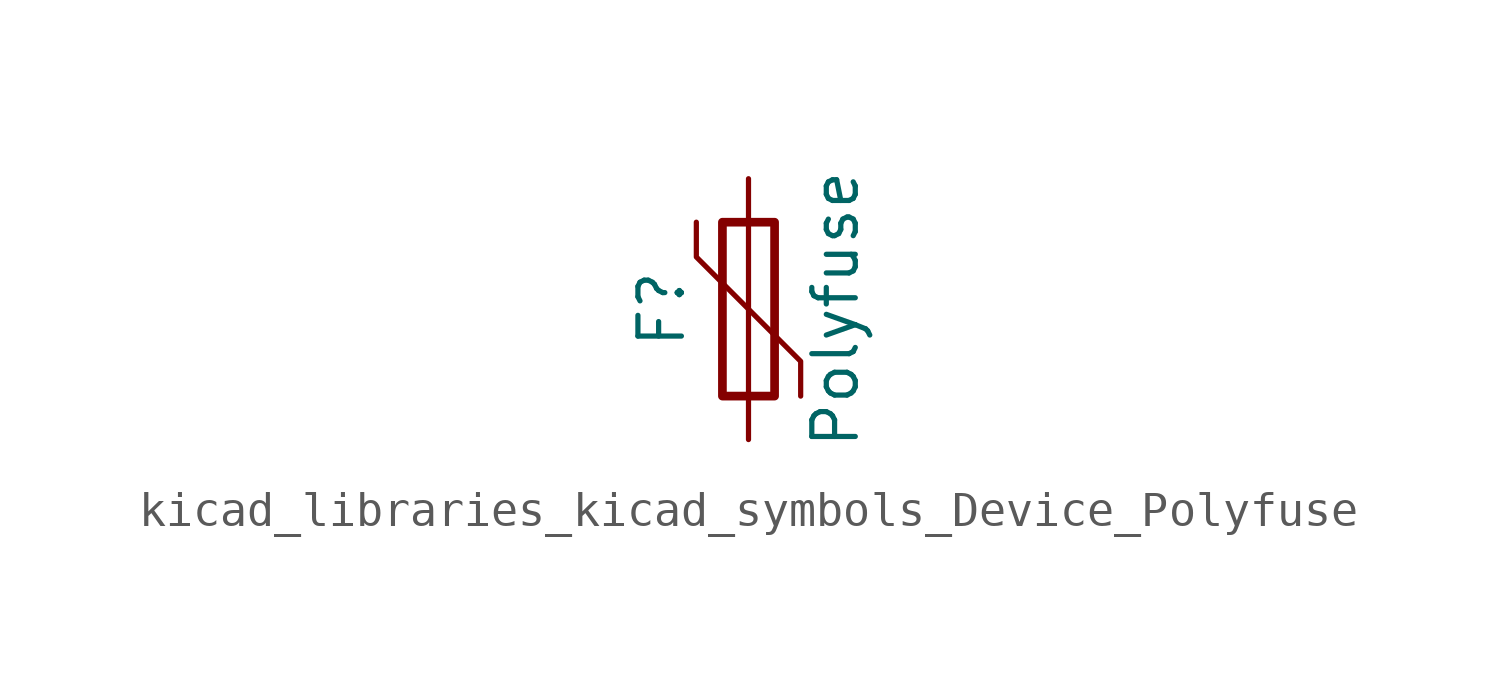
<source format=kicad_sym>
(kicad_symbol_lib
  (version 20220914)
  (generator kicad_symbol_editor)
  (symbol "kicad_libraries_kicad_symbols_Device_Polyfuse"
    (pin_numbers hide)
    (pin_names
      (offset 0))
    (property "Reference" "F"
      (at -2.54 0 90)
      (effects (font (size 1.27 1.27))))
    (property "Value" "Polyfuse"
      (at 2.54 0 90)
      (effects (font (size 1.27 1.27))))
    (symbol "kicad_libraries_kicad_symbols_Device_Polyfuse_0_1"
      (rectangle (start -0.762 2.54) (end 0.762 -2.54) (stroke (width 0.254) (type default)) (fill (type none)))
      (polyline (pts (xy 0 2.54) (xy 0 -2.54)) (stroke (width 0) (type default)) (fill (type none)))
      (polyline (pts (xy -1.524 2.54) (xy -1.524 1.524) (xy 1.524 -1.524) (xy 1.524 -2.54)) (stroke (width 0) (type default)) (fill (type none))))
    (symbol "kicad_libraries_kicad_symbols_Device_Polyfuse_1_1"
      (pin passive line (at 0 3.81 270) (length 1.27) (name "~" (effects (font (size 1.27 1.27)))) (number "1" (effects (font (size 1.27 1.27)))))
      (pin passive line (at 0 -3.81 90) (length 1.27) (name "~" (effects (font (size 1.27 1.27)))) (number "2" (effects (font (size 1.27 1.27))))))))
</source>
